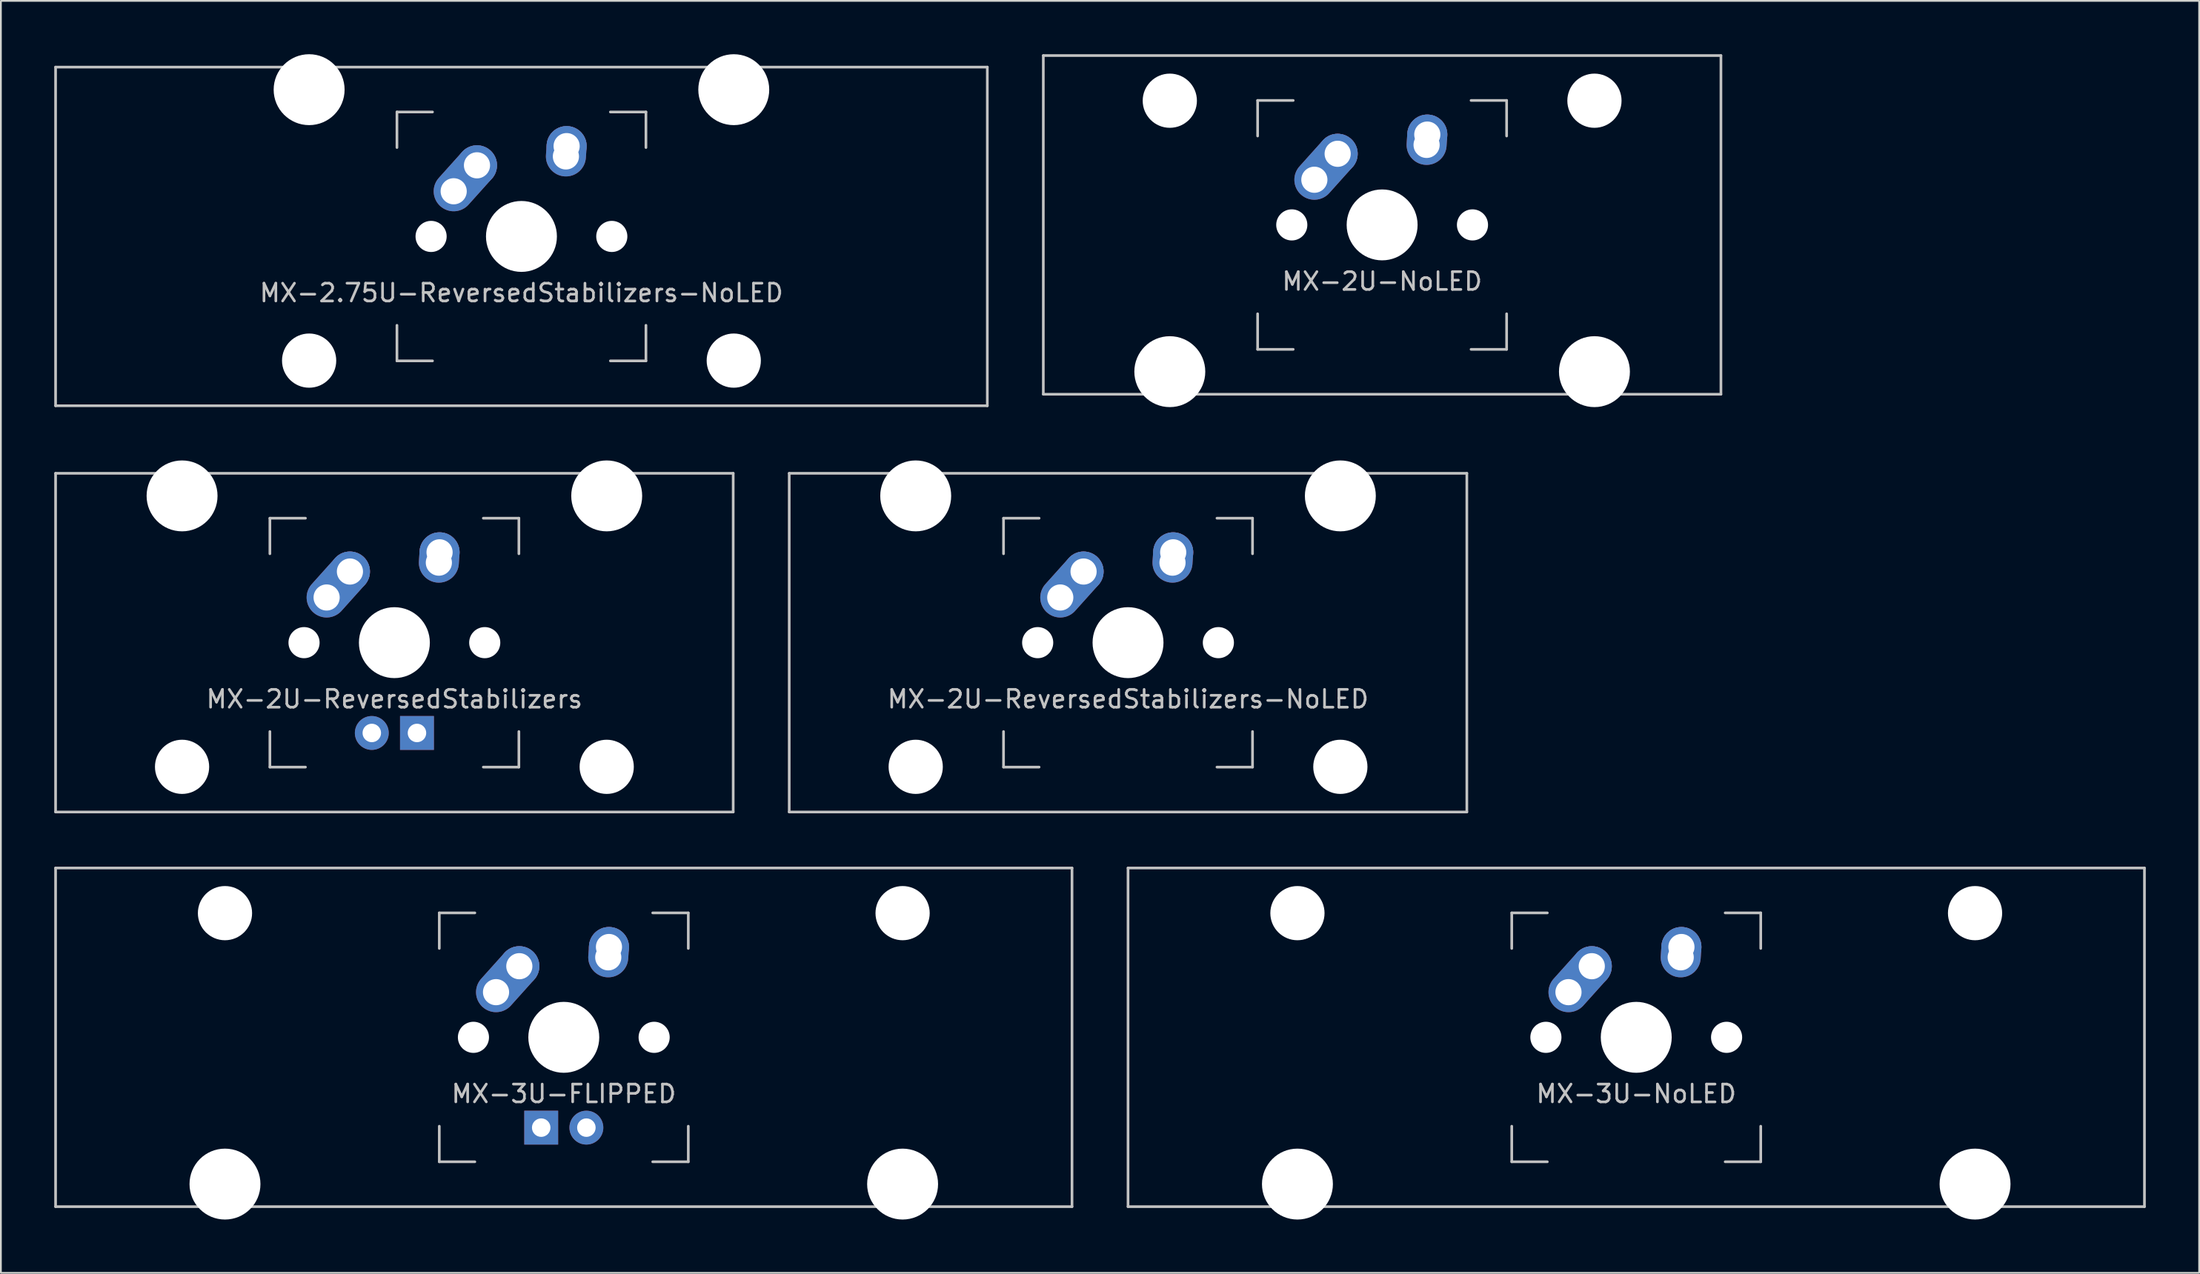
<source format=kicad_pcb>
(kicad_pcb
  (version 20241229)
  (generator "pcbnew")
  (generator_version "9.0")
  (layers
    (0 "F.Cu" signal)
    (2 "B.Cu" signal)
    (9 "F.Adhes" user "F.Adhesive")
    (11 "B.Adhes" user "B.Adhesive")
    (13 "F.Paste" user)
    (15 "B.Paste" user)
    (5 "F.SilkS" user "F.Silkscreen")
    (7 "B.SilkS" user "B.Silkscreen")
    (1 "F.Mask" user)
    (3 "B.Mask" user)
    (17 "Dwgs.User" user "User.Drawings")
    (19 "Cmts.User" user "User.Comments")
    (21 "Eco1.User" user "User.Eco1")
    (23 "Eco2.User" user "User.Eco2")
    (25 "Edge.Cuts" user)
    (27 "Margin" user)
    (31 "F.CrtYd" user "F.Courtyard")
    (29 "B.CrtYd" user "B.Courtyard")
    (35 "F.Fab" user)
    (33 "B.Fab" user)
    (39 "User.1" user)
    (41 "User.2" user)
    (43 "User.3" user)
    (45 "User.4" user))
  (footprint "MX-2U-ReversedStabilizers-NoLED"
    (layer "F.Cu")
    (at 60.375 33.098)
    (property "Reference" "MX-2U-ReversedStabilizers-NoLED" (at 0 3.175 0) (layer "Dwgs.User") (effects (font (size 1 1) (thickness 0.15))))
    (attr through_hole)
    (fp_line (start -19.05 -9.525) (end 19.05 -9.525) (stroke (width 0.15) (type solid)) (layer "Dwgs.User"))
    (fp_line (start -19.05 9.525) (end -19.05 -9.525) (stroke (width 0.15) (type solid)) (layer "Dwgs.User"))
    (fp_line (start -19.05 9.525) (end 19.05 9.525) (stroke (width 0.15) (type solid)) (layer "Dwgs.User"))
    (fp_line (start -7 -7) (end -7 -5) (stroke (width 0.15) (type solid)) (layer "Dwgs.User"))
    (fp_line (start -7 5) (end -7 7) (stroke (width 0.15) (type solid)) (layer "Dwgs.User"))
    (fp_line (start -7 7) (end -5 7) (stroke (width 0.15) (type solid)) (layer "Dwgs.User"))
    (fp_line (start -5 -7) (end -7 -7) (stroke (width 0.15) (type solid)) (layer "Dwgs.User"))
    (fp_line (start 5 -7) (end 7 -7) (stroke (width 0.15) (type solid)) (layer "Dwgs.User"))
    (fp_line (start 5 7) (end 7 7) (stroke (width 0.15) (type solid)) (layer "Dwgs.User"))
    (fp_line (start 7 -7) (end 7 -5) (stroke (width 0.15) (type solid)) (layer "Dwgs.User"))
    (fp_line (start 7 7) (end 7 5) (stroke (width 0.15) (type solid)) (layer "Dwgs.User"))
    (fp_line (start 19.05 -9.525) (end 19.05 9.525) (stroke (width 0.15) (type solid)) (layer "Dwgs.User"))
    (pad "" np_thru_hole circle (at -11.938 -8.255) (size 3.988 3.988) (drill 3.988) (layers "*.Cu" "*.Mask"))
    (pad "" np_thru_hole circle (at -11.938 6.985) (size 3.048 3.048) (drill 3.048) (layers "*.Cu" "*.Mask"))
    (pad "" np_thru_hole circle (at -5.08 0 48.1) (size 1.75 1.75) (drill 1.75) (layers "*.Cu" "*.Mask"))
    (pad "" np_thru_hole circle (at 0 0) (size 3.988 3.988) (drill 3.988) (layers "*.Cu" "*.Mask"))
    (pad "" np_thru_hole circle (at 5.08 0 48.1) (size 1.75 1.75) (drill 1.75) (layers "*.Cu" "*.Mask"))
    (pad "" np_thru_hole circle (at 11.938 -8.255) (size 3.988 3.988) (drill 3.988) (layers "*.Cu" "*.Mask"))
    (pad "" np_thru_hole circle (at 11.938 6.985) (size 3.048 3.048) (drill 3.048) (layers "*.Cu" "*.Mask"))
    (pad "1" thru_hole oval (at -3.81 -2.54 48.1) (size 4.212 2.25) (drill 1.47 (offset 0.981 0)) (layers "*.Cu" "*.Mask"))
    (pad "1" thru_hole circle (at -2.5 -4) (size 2.25 2.25) (drill 1.47) (layers "*.Cu" "*.Mask"))
    (pad "2" thru_hole oval (at 2.5 -4.5 86.055) (size 2.831 2.25) (drill 1.47 (offset 0.291 0)) (layers "*.Cu" "*.Mask"))
    (pad "2" thru_hole circle (at 2.54 -5.08) (size 2.25 2.25) (drill 1.47) (layers "*.Cu" "*.Mask")))
  (footprint "MX-3U-NoLED"
    (layer "F.Cu")
    (at 88.95 55.298)
    (property "Reference" "MX-3U-NoLED" (at 0 3.175 0) (layer "Dwgs.User") (effects (font (size 1 1) (thickness 0.15))))
    (attr through_hole)
    (fp_line (start -28.575 -9.525) (end 28.575 -9.525) (stroke (width 0.15) (type solid)) (layer "Dwgs.User"))
    (fp_line (start -28.575 9.525) (end -28.575 -9.525) (stroke (width 0.15) (type solid)) (layer "Dwgs.User"))
    (fp_line (start -28.575 9.525) (end 28.575 9.525) (stroke (width 0.15) (type solid)) (layer "Dwgs.User"))
    (fp_line (start -7 -7) (end -7 -5) (stroke (width 0.15) (type solid)) (layer "Dwgs.User"))
    (fp_line (start -7 5) (end -7 7) (stroke (width 0.15) (type solid)) (layer "Dwgs.User"))
    (fp_line (start -7 7) (end -5 7) (stroke (width 0.15) (type solid)) (layer "Dwgs.User"))
    (fp_line (start -5 -7) (end -7 -7) (stroke (width 0.15) (type solid)) (layer "Dwgs.User"))
    (fp_line (start 5 -7) (end 7 -7) (stroke (width 0.15) (type solid)) (layer "Dwgs.User"))
    (fp_line (start 5 7) (end 7 7) (stroke (width 0.15) (type solid)) (layer "Dwgs.User"))
    (fp_line (start 7 -7) (end 7 -5) (stroke (width 0.15) (type solid)) (layer "Dwgs.User"))
    (fp_line (start 7 7) (end 7 5) (stroke (width 0.15) (type solid)) (layer "Dwgs.User"))
    (fp_line (start 28.575 -9.525) (end 28.575 9.525) (stroke (width 0.15) (type solid)) (layer "Dwgs.User"))
    (pad "" np_thru_hole circle (at -19.05 -6.985) (size 3.048 3.048) (drill 3.048) (layers "*.Cu" "*.Mask"))
    (pad "" np_thru_hole circle (at -19.05 8.255) (size 3.988 3.988) (drill 3.988) (layers "*.Cu" "*.Mask"))
    (pad "" np_thru_hole circle (at -5.08 0 48.1) (size 1.75 1.75) (drill 1.75) (layers "*.Cu" "*.Mask"))
    (pad "" np_thru_hole circle (at 0 0) (size 3.988 3.988) (drill 3.988) (layers "*.Cu" "*.Mask"))
    (pad "" np_thru_hole circle (at 5.08 0 48.1) (size 1.75 1.75) (drill 1.75) (layers "*.Cu" "*.Mask"))
    (pad "" np_thru_hole circle (at 19.05 -6.985) (size 3.048 3.048) (drill 3.048) (layers "*.Cu" "*.Mask"))
    (pad "" np_thru_hole circle (at 19.05 8.255) (size 3.988 3.988) (drill 3.988) (layers "*.Cu" "*.Mask"))
    (pad "1" thru_hole oval (at -3.81 -2.54 48.1) (size 4.212 2.25) (drill 1.47 (offset 0.981 0)) (layers "*.Cu" "*.Mask"))
    (pad "1" thru_hole circle (at -2.5 -4) (size 2.25 2.25) (drill 1.47) (layers "*.Cu" "*.Mask"))
    (pad "2" thru_hole oval (at 2.5 -4.5 86.055) (size 2.831 2.25) (drill 1.47 (offset 0.291 0)) (layers "*.Cu" "*.Mask"))
    (pad "2" thru_hole circle (at 2.54 -5.08) (size 2.25 2.25) (drill 1.47) (layers "*.Cu" "*.Mask")))
  (footprint "MX-2.75U-ReversedStabilizers-NoLED"
    (layer "F.Cu")
    (at 26.269 10.249)
    (property "Reference" "MX-2.75U-ReversedStabilizers-NoLED" (at 0 3.175 0) (layer "Dwgs.User") (effects (font (size 1 1) (thickness 0.15))))
    (attr through_hole)
    (fp_line (start -26.194 -9.525) (end 26.194 -9.525) (stroke (width 0.15) (type solid)) (layer "Dwgs.User"))
    (fp_line (start -26.194 9.525) (end -26.194 -9.525) (stroke (width 0.15) (type solid)) (layer "Dwgs.User"))
    (fp_line (start -26.194 9.525) (end 26.194 9.525) (stroke (width 0.15) (type solid)) (layer "Dwgs.User"))
    (fp_line (start -7 -7) (end -7 -5) (stroke (width 0.15) (type solid)) (layer "Dwgs.User"))
    (fp_line (start -7 5) (end -7 7) (stroke (width 0.15) (type solid)) (layer "Dwgs.User"))
    (fp_line (start -7 7) (end -5 7) (stroke (width 0.15) (type solid)) (layer "Dwgs.User"))
    (fp_line (start -5 -7) (end -7 -7) (stroke (width 0.15) (type solid)) (layer "Dwgs.User"))
    (fp_line (start 5 -7) (end 7 -7) (stroke (width 0.15) (type solid)) (layer "Dwgs.User"))
    (fp_line (start 5 7) (end 7 7) (stroke (width 0.15) (type solid)) (layer "Dwgs.User"))
    (fp_line (start 7 -7) (end 7 -5) (stroke (width 0.15) (type solid)) (layer "Dwgs.User"))
    (fp_line (start 7 7) (end 7 5) (stroke (width 0.15) (type solid)) (layer "Dwgs.User"))
    (fp_line (start 26.194 -9.525) (end 26.194 9.525) (stroke (width 0.15) (type solid)) (layer "Dwgs.User"))
    (pad "" np_thru_hole circle (at -11.938 -8.255) (size 3.988 3.988) (drill 3.988) (layers "*.Cu" "*.Mask"))
    (pad "" np_thru_hole circle (at -11.938 6.985) (size 3.048 3.048) (drill 3.048) (layers "*.Cu" "*.Mask"))
    (pad "" np_thru_hole circle (at -5.08 0 48.1) (size 1.75 1.75) (drill 1.75) (layers "*.Cu" "*.Mask"))
    (pad "" np_thru_hole circle (at 0 0) (size 3.988 3.988) (drill 3.988) (layers "*.Cu" "*.Mask"))
    (pad "" np_thru_hole circle (at 5.08 0 48.1) (size 1.75 1.75) (drill 1.75) (layers "*.Cu" "*.Mask"))
    (pad "" np_thru_hole circle (at 11.938 -8.255) (size 3.988 3.988) (drill 3.988) (layers "*.Cu" "*.Mask"))
    (pad "" np_thru_hole circle (at 11.938 6.985) (size 3.048 3.048) (drill 3.048) (layers "*.Cu" "*.Mask"))
    (pad "1" thru_hole oval (at -3.81 -2.54 48.1) (size 4.212 2.25) (drill 1.47 (offset 0.981 0)) (layers "*.Cu" "*.Mask"))
    (pad "1" thru_hole circle (at -2.5 -4) (size 2.25 2.25) (drill 1.47) (layers "*.Cu" "*.Mask"))
    (pad "2" thru_hole oval (at 2.5 -4.5 86.055) (size 2.831 2.25) (drill 1.47 (offset 0.291 0)) (layers "*.Cu" "*.Mask"))
    (pad "2" thru_hole circle (at 2.54 -5.08) (size 2.25 2.25) (drill 1.47) (layers "*.Cu" "*.Mask")))
  (footprint "MX-2U-NoLED"
    (layer "F.Cu")
    (at 74.662 9.6)
    (property "Reference" "MX-2U-NoLED" (at 0 3.175 0) (layer "Dwgs.User") (effects (font (size 1 1) (thickness 0.15))))
    (attr through_hole)
    (fp_line (start -19.05 -9.525) (end 19.05 -9.525) (stroke (width 0.15) (type solid)) (layer "Dwgs.User"))
    (fp_line (start -19.05 9.525) (end -19.05 -9.525) (stroke (width 0.15) (type solid)) (layer "Dwgs.User"))
    (fp_line (start -19.05 9.525) (end 19.05 9.525) (stroke (width 0.15) (type solid)) (layer "Dwgs.User"))
    (fp_line (start -7 -7) (end -7 -5) (stroke (width 0.15) (type solid)) (layer "Dwgs.User"))
    (fp_line (start -7 5) (end -7 7) (stroke (width 0.15) (type solid)) (layer "Dwgs.User"))
    (fp_line (start -7 7) (end -5 7) (stroke (width 0.15) (type solid)) (layer "Dwgs.User"))
    (fp_line (start -5 -7) (end -7 -7) (stroke (width 0.15) (type solid)) (layer "Dwgs.User"))
    (fp_line (start 5 -7) (end 7 -7) (stroke (width 0.15) (type solid)) (layer "Dwgs.User"))
    (fp_line (start 5 7) (end 7 7) (stroke (width 0.15) (type solid)) (layer "Dwgs.User"))
    (fp_line (start 7 -7) (end 7 -5) (stroke (width 0.15) (type solid)) (layer "Dwgs.User"))
    (fp_line (start 7 7) (end 7 5) (stroke (width 0.15) (type solid)) (layer "Dwgs.User"))
    (fp_line (start 19.05 -9.525) (end 19.05 9.525) (stroke (width 0.15) (type solid)) (layer "Dwgs.User"))
    (pad "" np_thru_hole circle (at -11.938 -6.985) (size 3.048 3.048) (drill 3.048) (layers "*.Cu" "*.Mask"))
    (pad "" np_thru_hole circle (at -11.938 8.255) (size 3.988 3.988) (drill 3.988) (layers "*.Cu" "*.Mask"))
    (pad "" np_thru_hole circle (at -5.08 0 48.1) (size 1.75 1.75) (drill 1.75) (layers "*.Cu" "*.Mask"))
    (pad "" np_thru_hole circle (at 0 0) (size 3.988 3.988) (drill 3.988) (layers "*.Cu" "*.Mask"))
    (pad "" np_thru_hole circle (at 5.08 0 48.1) (size 1.75 1.75) (drill 1.75) (layers "*.Cu" "*.Mask"))
    (pad "" np_thru_hole circle (at 11.938 -6.985) (size 3.048 3.048) (drill 3.048) (layers "*.Cu" "*.Mask"))
    (pad "" np_thru_hole circle (at 11.938 8.255) (size 3.988 3.988) (drill 3.988) (layers "*.Cu" "*.Mask"))
    (pad "1" thru_hole oval (at -3.81 -2.54 48.1) (size 4.212 2.25) (drill 1.47 (offset 0.981 0)) (layers "*.Cu" "*.Mask"))
    (pad "1" thru_hole circle (at -2.5 -4) (size 2.25 2.25) (drill 1.47) (layers "*.Cu" "*.Mask"))
    (pad "2" thru_hole oval (at 2.5 -4.5 86.055) (size 2.831 2.25) (drill 1.47 (offset 0.291 0)) (layers "*.Cu" "*.Mask"))
    (pad "2" thru_hole circle (at 2.54 -5.08) (size 2.25 2.25) (drill 1.47) (layers "*.Cu" "*.Mask")))
  (footprint "MX-3U-FLIPPED"
    (layer "F.Cu")
    (at 28.65 55.298)
    (property "Reference" "MX-3U-FLIPPED" (at 0 3.175 0) (layer "Dwgs.User") (effects (font (size 1 1) (thickness 0.15))))
    (attr through_hole)
    (fp_line (start -28.575 -9.525) (end 28.575 -9.525) (stroke (width 0.15) (type solid)) (layer "Dwgs.User"))
    (fp_line (start -28.575 9.525) (end -28.575 -9.525) (stroke (width 0.15) (type solid)) (layer "Dwgs.User"))
    (fp_line (start -28.575 9.525) (end 28.575 9.525) (stroke (width 0.15) (type solid)) (layer "Dwgs.User"))
    (fp_line (start -7 -7) (end -7 -5) (stroke (width 0.15) (type solid)) (layer "Dwgs.User"))
    (fp_line (start -7 5) (end -7 7) (stroke (width 0.15) (type solid)) (layer "Dwgs.User"))
    (fp_line (start -7 7) (end -5 7) (stroke (width 0.15) (type solid)) (layer "Dwgs.User"))
    (fp_line (start -5 -7) (end -7 -7) (stroke (width 0.15) (type solid)) (layer "Dwgs.User"))
    (fp_line (start 5 -7) (end 7 -7) (stroke (width 0.15) (type solid)) (layer "Dwgs.User"))
    (fp_line (start 5 7) (end 7 7) (stroke (width 0.15) (type solid)) (layer "Dwgs.User"))
    (fp_line (start 7 -7) (end 7 -5) (stroke (width 0.15) (type solid)) (layer "Dwgs.User"))
    (fp_line (start 7 7) (end 7 5) (stroke (width 0.15) (type solid)) (layer "Dwgs.User"))
    (fp_line (start 28.575 -9.525) (end 28.575 9.525) (stroke (width 0.15) (type solid)) (layer "Dwgs.User"))
    (pad "" np_thru_hole circle (at -19.05 -6.985) (size 3.048 3.048) (drill 3.048) (layers "*.Cu" "*.Mask"))
    (pad "" np_thru_hole circle (at -19.05 8.255) (size 3.988 3.988) (drill 3.988) (layers "*.Cu" "*.Mask"))
    (pad "" np_thru_hole circle (at -5.08 0 48.1) (size 1.75 1.75) (drill 1.75) (layers "*.Cu" "*.Mask"))
    (pad "" np_thru_hole circle (at 0 0) (size 3.988 3.988) (drill 3.988) (layers "*.Cu" "*.Mask"))
    (pad "" np_thru_hole circle (at 5.08 0 48.1) (size 1.75 1.75) (drill 1.75) (layers "*.Cu" "*.Mask"))
    (pad "" np_thru_hole circle (at 19.05 -6.985) (size 3.048 3.048) (drill 3.048) (layers "*.Cu" "*.Mask"))
    (pad "" np_thru_hole circle (at 19.05 8.255) (size 3.988 3.988) (drill 3.988) (layers "*.Cu" "*.Mask"))
    (pad "1" thru_hole oval (at -3.81 -2.54 48.1) (size 4.212 2.25) (drill 1.47 (offset 0.981 0)) (layers "*.Cu" "*.Mask"))
    (pad "1" thru_hole circle (at -2.5 -4) (size 2.25 2.25) (drill 1.47) (layers "*.Cu" "*.Mask"))
    (pad "2" thru_hole oval (at 2.5 -4.5 86.055) (size 2.831 2.25) (drill 1.47 (offset 0.291 0)) (layers "*.Cu" "*.Mask"))
    (pad "2" thru_hole circle (at 2.54 -5.08) (size 2.25 2.25) (drill 1.47) (layers "*.Cu" "*.Mask"))
    (pad "3" thru_hole circle (at 1.27 5.08) (size 1.905 1.905) (drill 1.04) (layers "*.Cu" "*.Mask"))
    (pad "4" thru_hole rect (at -1.27 5.08) (size 1.905 1.905) (drill 1.04) (layers "*.Cu" "*.Mask")))
  (footprint "MX-2U-ReversedStabilizers"
    (layer "F.Cu")
    (at 19.125 33.098)
    (property "Reference" "MX-2U-ReversedStabilizers" (at 0 3.175 0) (layer "Dwgs.User") (effects (font (size 1 1) (thickness 0.15))))
    (attr through_hole)
    (fp_line (start -19.05 -9.525) (end 19.05 -9.525) (stroke (width 0.15) (type solid)) (layer "Dwgs.User"))
    (fp_line (start -19.05 9.525) (end -19.05 -9.525) (stroke (width 0.15) (type solid)) (layer "Dwgs.User"))
    (fp_line (start -19.05 9.525) (end 19.05 9.525) (stroke (width 0.15) (type solid)) (layer "Dwgs.User"))
    (fp_line (start -7 -7) (end -7 -5) (stroke (width 0.15) (type solid)) (layer "Dwgs.User"))
    (fp_line (start -7 5) (end -7 7) (stroke (width 0.15) (type solid)) (layer "Dwgs.User"))
    (fp_line (start -7 7) (end -5 7) (stroke (width 0.15) (type solid)) (layer "Dwgs.User"))
    (fp_line (start -5 -7) (end -7 -7) (stroke (width 0.15) (type solid)) (layer "Dwgs.User"))
    (fp_line (start 5 -7) (end 7 -7) (stroke (width 0.15) (type solid)) (layer "Dwgs.User"))
    (fp_line (start 5 7) (end 7 7) (stroke (width 0.15) (type solid)) (layer "Dwgs.User"))
    (fp_line (start 7 -7) (end 7 -5) (stroke (width 0.15) (type solid)) (layer "Dwgs.User"))
    (fp_line (start 7 7) (end 7 5) (stroke (width 0.15) (type solid)) (layer "Dwgs.User"))
    (fp_line (start 19.05 -9.525) (end 19.05 9.525) (stroke (width 0.15) (type solid)) (layer "Dwgs.User"))
    (pad "" np_thru_hole circle (at -11.938 -8.255) (size 3.988 3.988) (drill 3.988) (layers "*.Cu" "*.Mask"))
    (pad "" np_thru_hole circle (at -11.938 6.985) (size 3.048 3.048) (drill 3.048) (layers "*.Cu" "*.Mask"))
    (pad "" np_thru_hole circle (at -5.08 0 48.1) (size 1.75 1.75) (drill 1.75) (layers "*.Cu" "*.Mask"))
    (pad "" np_thru_hole circle (at 0 0) (size 3.988 3.988) (drill 3.988) (layers "*.Cu" "*.Mask"))
    (pad "" np_thru_hole circle (at 5.08 0 48.1) (size 1.75 1.75) (drill 1.75) (layers "*.Cu" "*.Mask"))
    (pad "" np_thru_hole circle (at 11.938 -8.255) (size 3.988 3.988) (drill 3.988) (layers "*.Cu" "*.Mask"))
    (pad "" np_thru_hole circle (at 11.938 6.985) (size 3.048 3.048) (drill 3.048) (layers "*.Cu" "*.Mask"))
    (pad "1" thru_hole oval (at -3.81 -2.54 48.1) (size 4.212 2.25) (drill 1.47 (offset 0.981 0)) (layers "*.Cu" "*.Mask"))
    (pad "1" thru_hole circle (at -2.5 -4) (size 2.25 2.25) (drill 1.47) (layers "*.Cu" "*.Mask"))
    (pad "2" thru_hole oval (at 2.5 -4.5 86.055) (size 2.831 2.25) (drill 1.47 (offset 0.291 0)) (layers "*.Cu" "*.Mask"))
    (pad "2" thru_hole circle (at 2.54 -5.08) (size 2.25 2.25) (drill 1.47) (layers "*.Cu" "*.Mask"))
    (pad "3" thru_hole circle (at -1.27 5.08) (size 1.905 1.905) (drill 1.04) (layers "*.Cu" "*.Mask"))
    (pad "4" thru_hole rect (at 1.27 5.08) (size 1.905 1.905) (drill 1.04) (layers "*.Cu" "*.Mask")))
  (gr_rect
    (start -3 -3)
    (end 120.6 68.547)
    (stroke (width 0.1) (type default))
    (fill no)
    (layer "Edge.Cuts")))
</source>
